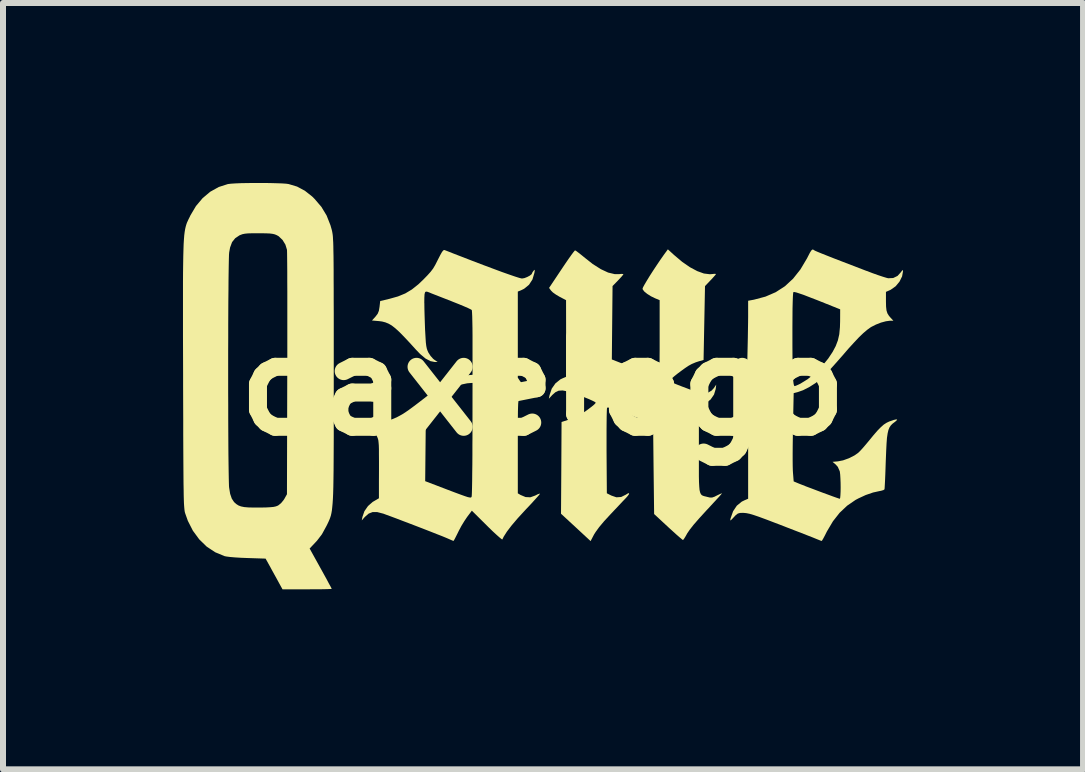
<source format=kicad_pcb>
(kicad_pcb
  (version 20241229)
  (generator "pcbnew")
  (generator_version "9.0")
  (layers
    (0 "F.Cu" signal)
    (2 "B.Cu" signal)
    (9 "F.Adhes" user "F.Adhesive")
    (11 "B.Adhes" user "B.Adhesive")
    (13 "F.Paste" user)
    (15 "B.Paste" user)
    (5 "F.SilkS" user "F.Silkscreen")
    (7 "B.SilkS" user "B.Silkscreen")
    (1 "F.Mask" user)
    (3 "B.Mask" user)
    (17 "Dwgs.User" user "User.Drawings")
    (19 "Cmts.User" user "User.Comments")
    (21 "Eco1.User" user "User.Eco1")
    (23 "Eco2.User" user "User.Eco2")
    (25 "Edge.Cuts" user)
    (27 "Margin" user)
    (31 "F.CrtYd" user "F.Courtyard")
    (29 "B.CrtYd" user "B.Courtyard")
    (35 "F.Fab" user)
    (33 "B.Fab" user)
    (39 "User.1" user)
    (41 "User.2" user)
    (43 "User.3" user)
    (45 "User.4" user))
  (footprint "qaxelogo"
    (layer "F.Cu")
    (at 6 3.386)
    (property "Reference" "qaxelogo" (at 0 0 0) (layer "F.SilkS") (effects (font (size 1.5 1.5) (thickness 0.3))))
    (attr board_only exclude_from_pos_files exclude_from_bom)
    (fp_poly (pts (xy -4.676 -3.386) (xy -4.557 -3.385) (xy -4.446 -3.382) (xy -4.352 -3.379) (xy -4.279 -3.374) (xy -4.238 -3.368) (xy -4.098 -3.326) (xy -3.969 -3.257) (xy -3.846 -3.16) (xy -3.806 -3.12) (xy -3.693 -2.988) (xy -3.606 -2.844) (xy -3.542 -2.682) (xy -3.521 -2.608) (xy -3.516 -2.588) (xy -3.512 -2.568) (xy -3.508 -2.545) (xy -3.504 -2.518) (xy -3.501 -2.485) (xy -3.499 -2.445) (xy -3.496 -2.395) (xy -3.494 -2.333) (xy -3.493 -2.258) (xy -3.491 -2.169) (xy -3.49 -2.062) (xy -3.489 -1.937) (xy -3.489 -1.792) (xy -3.488 -1.624) (xy -3.488 -1.433) (xy -3.487 -1.216) (xy -3.487 -0.972) (xy -3.487 -0.698) (xy -3.487 -0.393) (xy -3.487 -0.273) (xy -3.487 0.054) (xy -3.487 0.349) (xy -3.487 0.614) (xy -3.487 0.852) (xy -3.488 1.063) (xy -3.489 1.249) (xy -3.49 1.412) (xy -3.492 1.555) (xy -3.494 1.679) (xy -3.497 1.785) (xy -3.501 1.875) (xy -3.506 1.952) (xy -3.512 2.016) (xy -3.518 2.071) (xy -3.526 2.117) (xy -3.535 2.157) (xy -3.546 2.191) (xy -3.558 2.223) (xy -3.571 2.253) (xy -3.586 2.285) (xy -3.602 2.318) (xy -3.614 2.341) (xy -3.684 2.469) (xy -3.765 2.575) (xy -3.789 2.601) (xy -3.889 2.707) (xy -3.705 3.039) (xy -3.652 3.135) (xy -3.605 3.22) (xy -3.567 3.292) (xy -3.538 3.344) (xy -3.523 3.374) (xy -3.521 3.379) (xy -3.537 3.381) (xy -3.582 3.383) (xy -3.651 3.385) (xy -3.741 3.386) (xy -3.845 3.386) (xy -3.931 3.387) (xy -4.341 3.387) (xy -4.399 3.282) (xy -4.433 3.219) (xy -4.477 3.14) (xy -4.522 3.058) (xy -4.539 3.026) (xy -4.623 2.875) (xy -4.931 2.865) (xy -5.034 2.861) (xy -5.131 2.855) (xy -5.213 2.848) (xy -5.275 2.84) (xy -5.306 2.834) (xy -5.463 2.769) (xy -5.605 2.675) (xy -5.729 2.554) (xy -5.835 2.41) (xy -5.919 2.245) (xy -5.963 2.121) (xy -5.968 2.105) (xy -5.972 2.086) (xy -5.975 2.063) (xy -5.978 2.033) (xy -5.981 1.996) (xy -5.984 1.948) (xy -5.986 1.889) (xy -5.988 1.817) (xy -5.989 1.73) (xy -5.991 1.626) (xy -5.992 1.504) (xy -5.993 1.361) (xy -5.994 1.196) (xy -5.995 1.007) (xy -5.996 0.793) (xy -5.996 0.551) (xy -5.997 0.281) (xy -5.998 -0.021) (xy -5.998 -0.126) (xy -5.247 -0.126) (xy -5.247 0.1) (xy -5.246 0.321) (xy -5.246 0.535) (xy -5.245 0.74) (xy -5.244 0.932) (xy -5.243 1.108) (xy -5.241 1.267) (xy -5.239 1.405) (xy -5.237 1.52) (xy -5.235 1.608) (xy -5.233 1.668) (xy -5.231 1.691) (xy -5.214 1.795) (xy -5.187 1.874) (xy -5.149 1.932) (xy -5.111 1.966) (xy -5.075 1.989) (xy -5.033 2.005) (xy -4.979 2.016) (xy -4.907 2.022) (xy -4.813 2.024) (xy -4.711 2.024) (xy -4.612 2.022) (xy -4.541 2.018) (xy -4.49 2.013) (xy -4.453 2.005) (xy -4.424 1.994) (xy -4.409 1.986) (xy -4.365 1.95) (xy -4.323 1.899) (xy -4.309 1.877) (xy -4.267 1.802) (xy -4.262 -0.201) (xy -4.261 -0.459) (xy -4.261 -0.708) (xy -4.261 -0.947) (xy -4.261 -1.173) (xy -4.261 -1.383) (xy -4.261 -1.577) (xy -4.262 -1.752) (xy -4.262 -1.905) (xy -4.263 -2.035) (xy -4.264 -2.138) (xy -4.265 -2.215) (xy -4.266 -2.261) (xy -4.267 -2.274) (xy -4.293 -2.359) (xy -4.341 -2.437) (xy -4.405 -2.498) (xy -4.435 -2.515) (xy -4.468 -2.529) (xy -4.504 -2.538) (xy -4.552 -2.544) (xy -4.617 -2.547) (xy -4.706 -2.548) (xy -4.745 -2.548) (xy -4.843 -2.548) (xy -4.915 -2.546) (xy -4.967 -2.541) (xy -5.007 -2.533) (xy -5.04 -2.521) (xy -5.059 -2.513) (xy -5.13 -2.465) (xy -5.182 -2.4) (xy -5.215 -2.311) (xy -5.23 -2.229) (xy -5.233 -2.192) (xy -5.235 -2.125) (xy -5.237 -2.03) (xy -5.239 -1.909) (xy -5.241 -1.766) (xy -5.242 -1.602) (xy -5.244 -1.421) (xy -5.245 -1.226) (xy -5.246 -1.019) (xy -5.246 -0.803) (xy -5.247 -0.58) (xy -5.247 -0.353) (xy -5.247 -0.126) (xy -5.998 -0.126) (xy -5.998 -0.201) (xy -5.999 -0.53) (xy -6 -0.828) (xy -6 -1.095) (xy -6 -1.334) (xy -6 -1.547) (xy -6 -1.736) (xy -5.999 -1.901) (xy -5.997 -2.046) (xy -5.995 -2.171) (xy -5.992 -2.279) (xy -5.989 -2.37) (xy -5.984 -2.449) (xy -5.979 -2.514) (xy -5.972 -2.57) (xy -5.964 -2.617) (xy -5.955 -2.657) (xy -5.945 -2.692) (xy -5.934 -2.724) (xy -5.92 -2.754) (xy -5.906 -2.785) (xy -5.889 -2.818) (xy -5.876 -2.846) (xy -5.784 -3.001) (xy -5.673 -3.133) (xy -5.546 -3.24) (xy -5.404 -3.319) (xy -5.252 -3.368) (xy -5.251 -3.368) (xy -5.203 -3.374) (xy -5.128 -3.379) (xy -5.031 -3.383) (xy -4.92 -3.385) (xy -4.799 -3.386)) (stroke (width 0) (type solid)) (fill yes) (layer "F.SilkS"))
    (fp_poly (pts (xy 2.185 -2.186) (xy 2.32 -2.072) (xy 2.45 -1.982) (xy 2.572 -1.917) (xy 2.683 -1.877) (xy 2.782 -1.865) (xy 2.818 -1.868) (xy 2.859 -1.872) (xy 2.882 -1.87) (xy 2.884 -1.868) (xy 2.873 -1.852) (xy 2.844 -1.819) (xy 2.804 -1.775) (xy 2.792 -1.763) (xy 2.701 -1.667) (xy 2.689 -1.051) (xy 2.677 -0.436) (xy 2.609 -0.417) (xy 2.547 -0.397) (xy 2.483 -0.37) (xy 2.473 -0.365) (xy 2.426 -0.339) (xy 2.369 -0.301) (xy 2.307 -0.256) (xy 2.244 -0.209) (xy 2.188 -0.164) (xy 2.143 -0.124) (xy 2.114 -0.095) (xy 2.108 -0.081) (xy 2.128 -0.071) (xy 2.174 -0.051) (xy 2.24 -0.024) (xy 2.322 0.008) (xy 2.397 0.036) (xy 2.496 0.074) (xy 2.569 0.1) (xy 2.622 0.117) (xy 2.659 0.126) (xy 2.687 0.128) (xy 2.711 0.125) (xy 2.736 0.117) (xy 2.739 0.116) (xy 2.81 0.075) (xy 2.848 0.034) (xy 2.888 -0.025) (xy 2.879 0.049) (xy 2.851 0.141) (xy 2.795 0.222) (xy 2.715 0.287) (xy 2.686 0.302) (xy 2.599 0.344) (xy 2.599 1.058) (xy 2.599 1.236) (xy 2.599 1.384) (xy 2.599 1.504) (xy 2.601 1.6) (xy 2.605 1.674) (xy 2.61 1.73) (xy 2.619 1.77) (xy 2.631 1.798) (xy 2.646 1.816) (xy 2.666 1.827) (xy 2.691 1.835) (xy 2.721 1.842) (xy 2.736 1.846) (xy 2.783 1.857) (xy 2.819 1.857) (xy 2.858 1.844) (xy 2.899 1.823) (xy 2.945 1.801) (xy 2.976 1.788) (xy 2.984 1.787) (xy 2.973 1.801) (xy 2.943 1.836) (xy 2.895 1.888) (xy 2.834 1.954) (xy 2.763 2.031) (xy 2.719 2.078) (xy 2.605 2.203) (xy 2.514 2.307) (xy 2.447 2.392) (xy 2.404 2.455) (xy 2.4 2.463) (xy 2.371 2.514) (xy 2.347 2.551) (xy 2.334 2.565) (xy 2.333 2.565) (xy 2.318 2.554) (xy 2.282 2.524) (xy 2.229 2.478) (xy 2.165 2.42) (xy 2.091 2.353) (xy 2.087 2.349) (xy 1.853 2.132) (xy 1.844 1.381) (xy 1.836 0.629) (xy 1.459 0.484) (xy 1.334 0.437) (xy 1.237 0.401) (xy 1.166 0.377) (xy 1.116 0.362) (xy 1.085 0.357) (xy 1.07 0.359) (xy 1.069 0.361) (xy 1.066 0.382) (xy 1.064 0.433) (xy 1.062 0.51) (xy 1.061 0.61) (xy 1.06 0.729) (xy 1.06 0.864) (xy 1.06 1.01) (xy 1.06 1.084) (xy 1.065 1.786) (xy 1.14 1.824) (xy 1.224 1.853) (xy 1.303 1.848) (xy 1.378 1.811) (xy 1.38 1.81) (xy 1.419 1.786) (xy 1.436 1.786) (xy 1.431 1.806) (xy 1.401 1.845) (xy 1.397 1.849) (xy 1.37 1.878) (xy 1.323 1.927) (xy 1.264 1.99) (xy 1.195 2.063) (xy 1.128 2.134) (xy 1.019 2.252) (xy 0.936 2.351) (xy 0.878 2.431) (xy 0.851 2.474) (xy 0.794 2.583) (xy 0.548 2.355) (xy 0.301 2.127) (xy 0.306 1.362) (xy 0.31 0.598) (xy 0.419 0.562) (xy 0.488 0.537) (xy 0.554 0.51) (xy 0.595 0.491) (xy 0.643 0.463) (xy 0.7 0.425) (xy 0.758 0.383) (xy 0.812 0.342) (xy 0.854 0.307) (xy 0.877 0.282) (xy 0.88 0.276) (xy 0.865 0.264) (xy 0.825 0.243) (xy 0.766 0.216) (xy 0.694 0.187) (xy 0.615 0.156) (xy 0.536 0.128) (xy 0.464 0.103) (xy 0.411 0.088) (xy 0.327 0.072) (xy 0.262 0.076) (xy 0.207 0.102) (xy 0.156 0.147) (xy 0.098 0.21) (xy 0.11 0.151) (xy 0.146 0.043) (xy 0.208 -0.046) (xy 0.291 -0.113) (xy 0.333 -0.133) (xy 0.386 -0.155) (xy 0.386 -0.794) (xy 0.385 -1.433) (xy 0.276 -1.49) (xy 0.217 -1.525) (xy 0.166 -1.561) (xy 0.135 -1.592) (xy 0.135 -1.592) (xy 0.102 -1.637) (xy 0.311 -1.95) (xy 0.372 -2.041) (xy 0.427 -2.121) (xy 0.474 -2.187) (xy 0.509 -2.234) (xy 0.531 -2.26) (xy 0.535 -2.263) (xy 0.553 -2.253) (xy 0.591 -2.225) (xy 0.642 -2.185) (xy 0.682 -2.152) (xy 0.829 -2.036) (xy 0.964 -1.95) (xy 1.086 -1.893) (xy 1.195 -1.867) (xy 1.27 -1.867) (xy 1.313 -1.871) (xy 1.339 -1.868) (xy 1.341 -1.865) (xy 1.33 -1.849) (xy 1.301 -1.815) (xy 1.26 -1.771) (xy 1.251 -1.761) (xy 1.16 -1.668) (xy 1.154 -1.057) (xy 1.148 -0.445) (xy 1.542 -0.29) (xy 1.65 -0.247) (xy 1.746 -0.209) (xy 1.828 -0.178) (xy 1.89 -0.153) (xy 1.929 -0.138) (xy 1.941 -0.134) (xy 1.942 -0.15) (xy 1.942 -0.196) (xy 1.943 -0.269) (xy 1.944 -0.364) (xy 1.944 -0.478) (xy 1.945 -0.608) (xy 1.945 -0.749) (xy 1.945 -0.784) (xy 1.945 -1.433) (xy 1.87 -1.464) (xy 1.8 -1.498) (xy 1.737 -1.538) (xy 1.689 -1.577) (xy 1.663 -1.612) (xy 1.66 -1.625) (xy 1.669 -1.649) (xy 1.694 -1.695) (xy 1.732 -1.759) (xy 1.779 -1.836) (xy 1.833 -1.92) (xy 1.891 -2.008) (xy 1.949 -2.094) (xy 2.004 -2.173) (xy 2.024 -2.201) (xy 2.082 -2.28)) (stroke (width 0) (type solid)) (fill yes) (layer "F.SilkS"))
    (fp_poly (pts (xy 4.508 -2.274) (xy 4.519 -2.266) (xy 4.537 -2.256) (xy 4.578 -2.238) (xy 4.644 -2.211) (xy 4.737 -2.174) (xy 4.856 -2.127) (xy 5.004 -2.07) (xy 5.181 -2.002) (xy 5.389 -1.922) (xy 5.399 -1.919) (xy 5.496 -1.882) (xy 5.586 -1.85) (xy 5.664 -1.824) (xy 5.723 -1.806) (xy 5.755 -1.798) (xy 5.838 -1.802) (xy 5.91 -1.837) (xy 5.961 -1.893) (xy 5.987 -1.927) (xy 5.999 -1.934) (xy 6.002 -1.919) (xy 5.986 -1.829) (xy 5.943 -1.742) (xy 5.879 -1.665) (xy 5.799 -1.608) (xy 5.785 -1.601) (xy 5.717 -1.571) (xy 5.717 -1.413) (xy 5.719 -1.325) (xy 5.726 -1.262) (xy 5.741 -1.214) (xy 5.767 -1.172) (xy 5.798 -1.136) (xy 5.841 -1.09) (xy 5.782 -1.09) (xy 5.716 -1.081) (xy 5.634 -1.059) (xy 5.55 -1.026) (xy 5.475 -0.988) (xy 5.457 -0.977) (xy 5.401 -0.936) (xy 5.34 -0.884) (xy 5.27 -0.817) (xy 5.189 -0.731) (xy 5.093 -0.626) (xy 4.981 -0.496) (xy 4.976 -0.491) (xy 4.899 -0.403) (xy 4.822 -0.317) (xy 4.751 -0.239) (xy 4.689 -0.175) (xy 4.644 -0.13) (xy 4.639 -0.126) (xy 4.545 -0.052) (xy 4.44 0.015) (xy 4.336 0.068) (xy 4.248 0.099) (xy 4.179 0.117) (xy 4.167 0.702) (xy 4.165 0.847) (xy 4.163 0.987) (xy 4.162 1.119) (xy 4.162 1.236) (xy 4.163 1.333) (xy 4.165 1.406) (xy 4.167 1.438) (xy 4.179 1.588) (xy 4.265 1.624) (xy 4.321 1.646) (xy 4.394 1.675) (xy 4.48 1.707) (xy 4.572 1.742) (xy 4.665 1.777) (xy 4.753 1.809) (xy 4.831 1.838) (xy 4.893 1.86) (xy 4.934 1.874) (xy 4.948 1.878) (xy 4.954 1.862) (xy 4.958 1.82) (xy 4.961 1.76) (xy 4.962 1.687) (xy 4.961 1.61) (xy 4.958 1.535) (xy 4.954 1.471) (xy 4.948 1.423) (xy 4.946 1.417) (xy 4.914 1.345) (xy 4.879 1.306) (xy 4.827 1.262) (xy 4.916 1.254) (xy 5.003 1.237) (xy 5.1 1.202) (xy 5.191 1.156) (xy 5.253 1.113) (xy 5.285 1.082) (xy 5.331 1.032) (xy 5.384 0.97) (xy 5.429 0.916) (xy 5.511 0.816) (xy 5.578 0.739) (xy 5.634 0.682) (xy 5.682 0.64) (xy 5.727 0.611) (xy 5.773 0.589) (xy 5.78 0.587) (xy 5.849 0.563) (xy 5.89 0.554) (xy 5.904 0.559) (xy 5.889 0.578) (xy 5.864 0.598) (xy 5.828 0.625) (xy 5.799 0.654) (xy 5.776 0.688) (xy 5.758 0.732) (xy 5.745 0.788) (xy 5.734 0.862) (xy 5.727 0.957) (xy 5.721 1.077) (xy 5.715 1.226) (xy 5.714 1.246) (xy 5.71 1.367) (xy 5.706 1.477) (xy 5.702 1.572) (xy 5.698 1.647) (xy 5.695 1.698) (xy 5.693 1.72) (xy 5.693 1.72) (xy 5.674 1.733) (xy 5.633 1.745) (xy 5.611 1.749) (xy 5.502 1.773) (xy 5.38 1.815) (xy 5.259 1.871) (xy 5.21 1.897) (xy 5.07 1.993) (xy 4.945 2.111) (xy 4.834 2.252) (xy 4.733 2.422) (xy 4.701 2.486) (xy 4.675 2.535) (xy 4.655 2.569) (xy 4.645 2.581) (xy 4.624 2.574) (xy 4.602 2.565) (xy 4.562 2.549) (xy 4.496 2.522) (xy 4.409 2.488) (xy 4.307 2.448) (xy 4.195 2.405) (xy 4.079 2.36) (xy 3.963 2.315) (xy 3.853 2.273) (xy 3.754 2.235) (xy 3.714 2.22) (xy 3.6 2.178) (xy 3.512 2.148) (xy 3.444 2.128) (xy 3.39 2.117) (xy 3.346 2.113) (xy 3.338 2.112) (xy 3.284 2.114) (xy 3.248 2.124) (xy 3.215 2.149) (xy 3.182 2.184) (xy 3.145 2.223) (xy 3.126 2.239) (xy 3.122 2.234) (xy 3.126 2.21) (xy 3.127 2.205) (xy 3.169 2.086) (xy 3.231 1.993) (xy 3.314 1.925) (xy 3.357 1.904) (xy 3.42 1.877) (xy 3.42 1.069) (xy 3.42 0.26) (xy 3.381 0.195) (xy 3.341 0.144) (xy 3.291 0.1) (xy 3.28 0.092) (xy 3.218 0.055) (xy 3.285 0.009) (xy 3.318 -0.014) (xy 3.343 -0.035) (xy 3.363 -0.06) (xy 3.378 -0.091) (xy 3.388 -0.133) (xy 3.396 -0.19) (xy 3.401 -0.267) (xy 3.405 -0.368) (xy 3.408 -0.496) (xy 3.409 -0.545) (xy 3.412 -0.678) (xy 3.415 -0.814) (xy 3.416 -0.882) (xy 4.158 -0.882) (xy 4.158 -0.677) (xy 4.159 -0.504) (xy 4.161 -0.36) (xy 4.164 -0.244) (xy 4.167 -0.153) (xy 4.172 -0.085) (xy 4.178 -0.038) (xy 4.185 -0.011) (xy 4.193 -0.000234) (xy 4.194 0) (xy 4.217 -0.007) (xy 4.258 -0.025) (xy 4.291 -0.041) (xy 4.411 -0.115) (xy 4.533 -0.214) (xy 4.65 -0.331) (xy 4.755 -0.46) (xy 4.828 -0.57) (xy 4.88 -0.668) (xy 4.916 -0.763) (xy 4.939 -0.864) (xy 4.95 -0.981) (xy 4.953 -1.08) (xy 4.954 -1.28) (xy 4.719 -1.374) (xy 4.569 -1.434) (xy 4.447 -1.481) (xy 4.352 -1.518) (xy 4.279 -1.543) (xy 4.228 -1.56) (xy 4.194 -1.568) (xy 4.177 -1.569) (xy 4.175 -1.568) (xy 4.17 -1.548) (xy 4.166 -1.495) (xy 4.163 -1.411) (xy 4.16 -1.295) (xy 4.159 -1.148) (xy 4.158 -0.972) (xy 4.158 -0.882) (xy 3.416 -0.882) (xy 3.417 -0.944) (xy 3.419 -1.062) (xy 3.42 -1.158) (xy 3.42 -1.202) (xy 3.42 -1.423) (xy 3.517 -1.441) (xy 3.709 -1.492) (xy 3.88 -1.566) (xy 4.033 -1.665) (xy 4.17 -1.792) (xy 4.292 -1.946) (xy 4.402 -2.131) (xy 4.416 -2.159) (xy 4.449 -2.223) (xy 4.473 -2.261) (xy 4.491 -2.277)) (stroke (width 0) (type solid)) (fill yes) (layer "F.SilkS"))
    (fp_poly (pts (xy -1.643 -2.269) (xy -1.619 -2.26) (xy -1.57 -2.241) (xy -1.502 -2.214) (xy -1.422 -2.183) (xy -1.383 -2.168) (xy -1.179 -2.089) (xy -0.993 -2.018) (xy -0.827 -1.956) (xy -0.682 -1.902) (xy -0.56 -1.859) (xy -0.464 -1.826) (xy -0.394 -1.804) (xy -0.354 -1.794) (xy -0.347 -1.794) (xy -0.308 -1.801) (xy -0.262 -1.819) (xy -0.219 -1.842) (xy -0.19 -1.865) (xy -0.184 -1.876) (xy -0.175 -1.897) (xy -0.158 -1.921) (xy -0.142 -1.939) (xy -0.137 -1.934) (xy -0.14 -1.903) (xy -0.143 -1.887) (xy -0.175 -1.778) (xy -0.233 -1.689) (xy -0.314 -1.623) (xy -0.356 -1.602) (xy -0.419 -1.576) (xy -0.419 -0.857) (xy -0.419 -0.139) (xy -0.381 -0.083) (xy -0.341 -0.034) (xy -0.293 0.007) (xy -0.289 0.011) (xy -0.235 0.047) (xy -0.293 0.082) (xy -0.342 0.119) (xy -0.382 0.166) (xy -0.385 0.171) (xy -0.393 0.185) (xy -0.4 0.201) (xy -0.405 0.222) (xy -0.409 0.252) (xy -0.413 0.292) (xy -0.415 0.346) (xy -0.417 0.418) (xy -0.418 0.51) (xy -0.419 0.626) (xy -0.419 0.767) (xy -0.419 0.938) (xy -0.419 1.007) (xy -0.419 1.787) (xy -0.373 1.814) (xy -0.29 1.849) (xy -0.21 1.853) (xy -0.13 1.824) (xy -0.126 1.822) (xy -0.084 1.801) (xy -0.056 1.792) (xy -0.05 1.794) (xy -0.061 1.81) (xy -0.092 1.846) (xy -0.14 1.899) (xy -0.2 1.965) (xy -0.271 2.04) (xy -0.299 2.07) (xy -0.422 2.204) (xy -0.523 2.323) (xy -0.601 2.425) (xy -0.655 2.51) (xy -0.677 2.556) (xy -0.69 2.55) (xy -0.723 2.523) (xy -0.773 2.479) (xy -0.836 2.421) (xy -0.908 2.351) (xy -0.934 2.325) (xy -1.185 2.076) (xy -1.265 2.182) (xy -1.31 2.249) (xy -1.36 2.331) (xy -1.404 2.414) (xy -1.414 2.435) (xy -1.445 2.497) (xy -1.47 2.546) (xy -1.487 2.575) (xy -1.492 2.58) (xy -1.511 2.573) (xy -1.55 2.556) (xy -1.584 2.541) (xy -1.622 2.525) (xy -1.685 2.499) (xy -1.77 2.466) (xy -1.871 2.426) (xy -1.984 2.382) (xy -2.103 2.336) (xy -2.223 2.29) (xy -2.339 2.246) (xy -2.446 2.205) (xy -2.54 2.17) (xy -2.614 2.143) (xy -2.665 2.124) (xy -2.671 2.123) (xy -2.764 2.099) (xy -2.839 2.099) (xy -2.904 2.124) (xy -2.965 2.177) (xy -2.973 2.185) (xy -3.02 2.238) (xy -3.009 2.18) (xy -2.976 2.085) (xy -2.916 1.998) (xy -2.837 1.929) (xy -2.821 1.92) (xy -2.734 1.869) (xy -2.734 1.584) (xy -1.963 1.584) (xy -1.581 1.73) (xy -1.462 1.775) (xy -1.37 1.809) (xy -1.303 1.833) (xy -1.255 1.849) (xy -1.223 1.856) (xy -1.204 1.857) (xy -1.194 1.852) (xy -1.189 1.842) (xy -1.188 1.839) (xy -1.186 1.815) (xy -1.184 1.762) (xy -1.182 1.681) (xy -1.18 1.576) (xy -1.179 1.451) (xy -1.177 1.308) (xy -1.176 1.15) (xy -1.176 0.981) (xy -1.175 0.874) (xy -1.174 -0.054) (xy -1.263 -0.047) (xy -1.386 -0.021) (xy -1.508 0.036) (xy -1.624 0.119) (xy -1.732 0.226) (xy -1.827 0.353) (xy -1.879 0.445) (xy -1.953 0.591) (xy -1.958 1.088) (xy -1.963 1.584) (xy -2.734 1.584) (xy -2.733 1.387) (xy -2.733 1.247) (xy -2.734 1.136) (xy -2.734 1.051) (xy -2.736 0.986) (xy -2.74 0.939) (xy -2.744 0.903) (xy -2.751 0.876) (xy -2.76 0.853) (xy -2.771 0.829) (xy -2.774 0.823) (xy -2.807 0.765) (xy -2.844 0.709) (xy -2.859 0.69) (xy -2.886 0.656) (xy -2.892 0.641) (xy -2.879 0.637) (xy -2.868 0.637) (xy -2.796 0.63) (xy -2.704 0.611) (xy -2.605 0.584) (xy -2.509 0.55) (xy -2.438 0.52) (xy -2.393 0.496) (xy -2.346 0.47) (xy -2.294 0.437) (xy -2.235 0.396) (xy -2.164 0.344) (xy -2.078 0.279) (xy -1.974 0.199) (xy -1.848 0.1) (xy -1.809 0.069) (xy -1.674 -0.029) (xy -1.553 -0.101) (xy -1.439 -0.148) (xy -1.328 -0.174) (xy -1.295 -0.178) (xy -1.174 -0.189) (xy -1.174 -0.719) (xy -1.174 -0.85) (xy -1.175 -0.97) (xy -1.177 -1.075) (xy -1.179 -1.162) (xy -1.182 -1.225) (xy -1.185 -1.262) (xy -1.187 -1.269) (xy -1.205 -1.28) (xy -1.25 -1.302) (xy -1.317 -1.331) (xy -1.401 -1.366) (xy -1.497 -1.404) (xy -1.526 -1.416) (xy -1.626 -1.455) (xy -1.718 -1.491) (xy -1.795 -1.521) (xy -1.854 -1.544) (xy -1.887 -1.558) (xy -1.891 -1.56) (xy -1.927 -1.573) (xy -1.951 -1.576) (xy -1.966 -1.563) (xy -1.974 -1.53) (xy -1.977 -1.473) (xy -1.978 -1.387) (xy -1.977 -1.379) (xy -1.976 -1.289) (xy -1.973 -1.177) (xy -1.969 -1.057) (xy -1.965 -0.941) (xy -1.963 -0.91) (xy -1.957 -0.805) (xy -1.952 -0.727) (xy -1.945 -0.67) (xy -1.936 -0.626) (xy -1.924 -0.591) (xy -1.909 -0.558) (xy -1.873 -0.503) (xy -1.831 -0.456) (xy -1.811 -0.44) (xy -1.755 -0.402) (xy -1.803 -0.402) (xy -1.877 -0.417) (xy -1.959 -0.461) (xy -2.048 -0.536) (xy -2.117 -0.608) (xy -2.227 -0.729) (xy -2.32 -0.828) (xy -2.397 -0.906) (xy -2.463 -0.966) (xy -2.521 -1.011) (xy -2.575 -1.042) (xy -2.627 -1.063) (xy -2.681 -1.077) (xy -2.741 -1.085) (xy -2.748 -1.085) (xy -2.85 -1.094) (xy -2.792 -1.158) (xy -2.755 -1.206) (xy -2.735 -1.255) (xy -2.724 -1.32) (xy -2.713 -1.418) (xy -2.559 -1.455) (xy -2.417 -1.495) (xy -2.295 -1.545) (xy -2.185 -1.611) (xy -2.077 -1.697) (xy -1.994 -1.776) (xy -1.924 -1.848) (xy -1.872 -1.906) (xy -1.831 -1.96) (xy -1.796 -2.019) (xy -1.759 -2.092) (xy -1.751 -2.108) (xy -1.711 -2.186) (xy -1.682 -2.237) (xy -1.66 -2.264) (xy -1.644 -2.269)) (stroke (width 0) (type solid)) (fill yes) (layer "F.SilkS")))
  (gr_rect
    (start -3 -3)
    (end 15.002 9.773)
    (stroke (width 0.1) (type default))
    (fill no)
    (layer "Edge.Cuts")))
</source>
